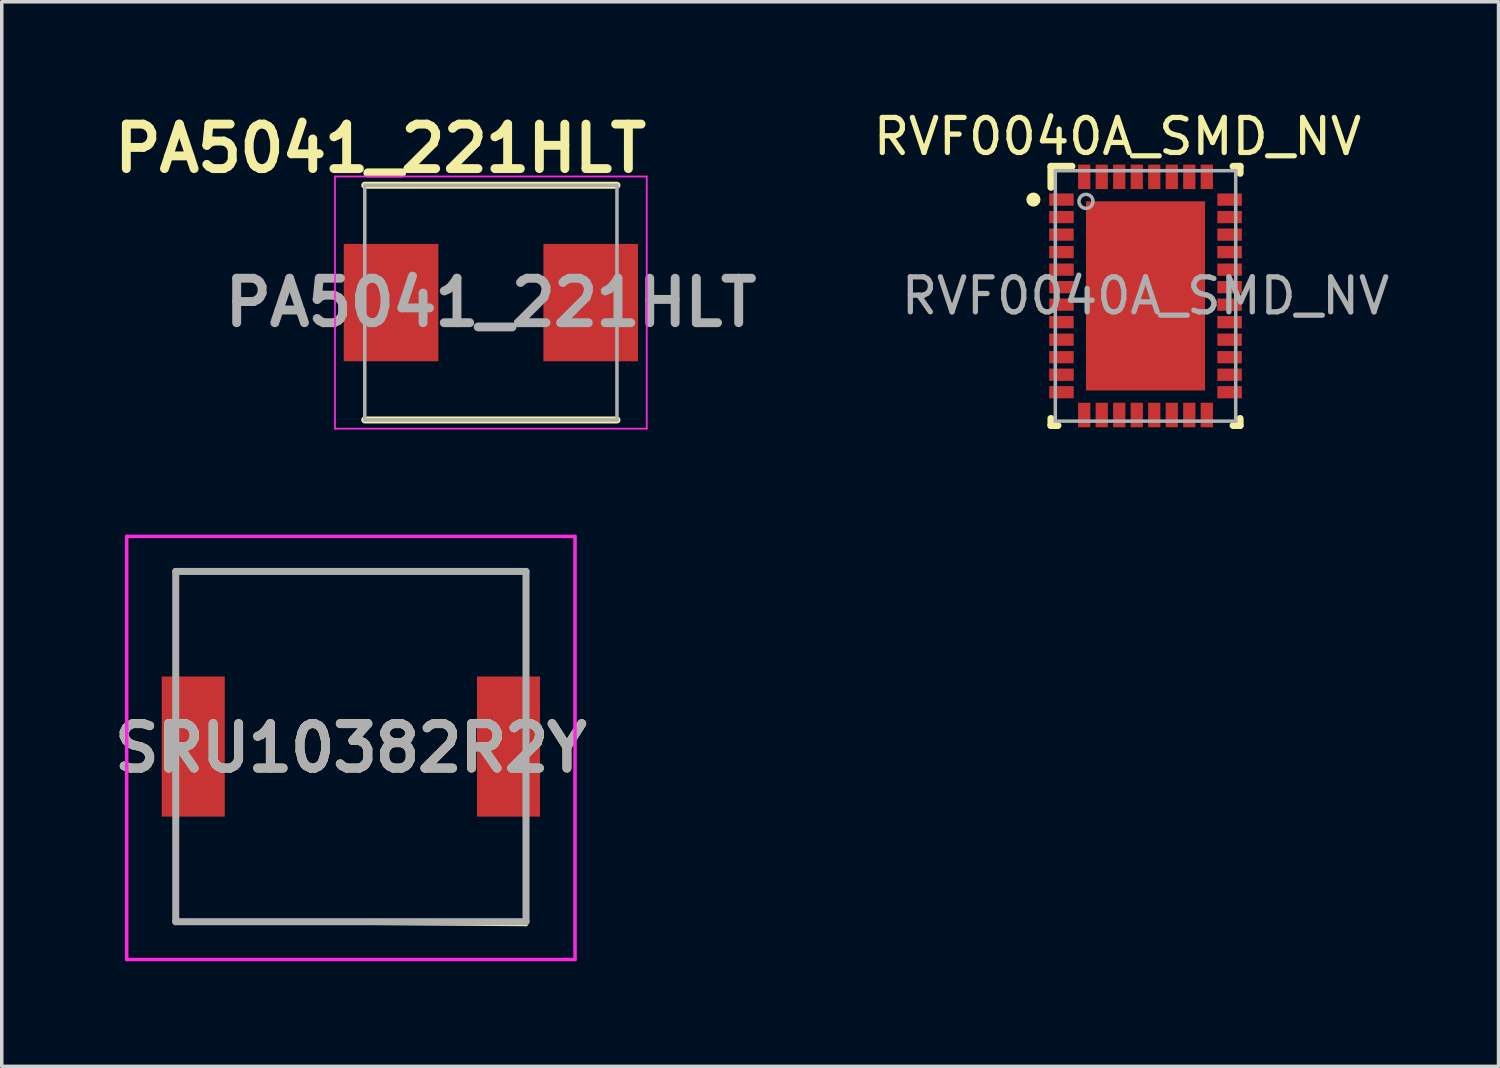
<source format=kicad_pcb>
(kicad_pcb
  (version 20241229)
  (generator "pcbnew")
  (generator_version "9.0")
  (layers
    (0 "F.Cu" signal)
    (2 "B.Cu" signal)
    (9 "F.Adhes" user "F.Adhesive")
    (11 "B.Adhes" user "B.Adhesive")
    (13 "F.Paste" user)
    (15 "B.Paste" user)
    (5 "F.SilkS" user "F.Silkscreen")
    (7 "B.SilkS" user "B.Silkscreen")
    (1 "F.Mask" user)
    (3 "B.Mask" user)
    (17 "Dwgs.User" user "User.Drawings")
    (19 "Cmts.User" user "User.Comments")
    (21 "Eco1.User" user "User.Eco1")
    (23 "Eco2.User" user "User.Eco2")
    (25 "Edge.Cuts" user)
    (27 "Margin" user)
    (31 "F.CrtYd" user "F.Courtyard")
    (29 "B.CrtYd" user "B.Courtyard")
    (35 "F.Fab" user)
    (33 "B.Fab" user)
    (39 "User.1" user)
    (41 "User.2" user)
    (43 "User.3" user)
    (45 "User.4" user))
  (footprint "PA5041_221HLT"
    (layer "F.Cu")
    (at 10.964 5.589)
    (property "Reference" "PA5041_221HLT" (at -3.15 -4.4 0) (layer "F.SilkS") (effects (font (size 1.27 1.27) (thickness 0.254))))
    (attr smd)
    (fp_line (start -3.6 3.35) (end 3.6 3.35) (stroke (width 0.2) (type solid)) (layer "F.SilkS"))
    (fp_line (start 3.6 -3.35) (end -3.6 -3.35) (stroke (width 0.2) (type solid)) (layer "F.SilkS"))
    (fp_line (start -4.45 -3.6) (end 4.45 -3.6) (stroke (width 0.05) (type solid)) (layer "F.CrtYd"))
    (fp_line (start -4.45 3.6) (end -4.45 -3.6) (stroke (width 0.05) (type solid)) (layer "F.CrtYd"))
    (fp_line (start 4.45 -3.6) (end 4.45 3.6) (stroke (width 0.05) (type solid)) (layer "F.CrtYd"))
    (fp_line (start 4.45 3.6) (end -4.45 3.6) (stroke (width 0.05) (type solid)) (layer "F.CrtYd"))
    (fp_line (start -3.6 -3.35) (end 3.6 -3.35) (stroke (width 0.1) (type solid)) (layer "F.Fab"))
    (fp_line (start -3.6 3.35) (end -3.6 -3.35) (stroke (width 0.1) (type solid)) (layer "F.Fab"))
    (fp_line (start 3.6 -3.35) (end 3.6 3.35) (stroke (width 0.1) (type solid)) (layer "F.Fab"))
    (fp_line (start 3.6 3.35) (end -3.6 3.35) (stroke (width 0.1) (type solid)) (layer "F.Fab"))
    (fp_text user "${REFERENCE}" (at 0 0 0) (layer "F.Fab") (effects (font (size 1.27 1.27) (thickness 0.254))))
    (pad "1" smd rect (at -2.85 0) (size 2.7 3.35) (layers "F.Cu" "F.Mask" "F.Paste"))
    (pad "2" smd rect (at 2.85 0) (size 2.7 3.35) (layers "F.Cu" "F.Mask" "F.Paste")))
  (footprint "SRU10382R2Y"
    (layer "F.Cu")
    (at 6.967 18.264)
    (property "Reference" "SRU10382R2Y" (at 0 0.04 0) (layer "F.SilkS") (effects (font (size 1.27 1.27) (thickness 0.254))))
    (attr smd)
    (fp_line (start -5 -5) (end 5 -5) (stroke (width 0.1) (type solid)) (layer "F.SilkS"))
    (fp_line (start -5 -2.54) (end -5 -5) (stroke (width 0.1) (type solid)) (layer "F.SilkS"))
    (fp_line (start -5 5) (end -5 2.54) (stroke (width 0.1) (type solid)) (layer "F.SilkS"))
    (fp_line (start 5 -5) (end 5 -2.54) (stroke (width 0.1) (type solid)) (layer "F.SilkS"))
    (fp_line (start 5 2.54) (end 5 5.08) (stroke (width 0.1) (type solid)) (layer "F.SilkS"))
    (fp_line (start 5 5.08) (end -5 5) (stroke (width 0.1) (type solid)) (layer "F.SilkS"))
    (fp_line (start -6.4 -6) (end 6.4 -6) (stroke (width 0.1) (type solid)) (layer "F.CrtYd"))
    (fp_line (start -6.4 6.08) (end -6.4 -6) (stroke (width 0.1) (type solid)) (layer "F.CrtYd"))
    (fp_line (start 6.4 -6) (end 6.4 6.08) (stroke (width 0.1) (type solid)) (layer "F.CrtYd"))
    (fp_line (start 6.4 6.08) (end -6.4 6.08) (stroke (width 0.1) (type solid)) (layer "F.CrtYd"))
    (fp_line (start -5 -5) (end 5 -5) (stroke (width 0.2) (type solid)) (layer "F.Fab"))
    (fp_line (start -5 5) (end -5 -5) (stroke (width 0.2) (type solid)) (layer "F.Fab"))
    (fp_line (start 5 -5) (end 5 5) (stroke (width 0.2) (type solid)) (layer "F.Fab"))
    (fp_line (start 5 5) (end -5 5) (stroke (width 0.2) (type solid)) (layer "F.Fab"))
    (fp_text user "${REFERENCE}" (at 0 0.04 0) (layer "F.Fab") (effects (font (size 1.27 1.27) (thickness 0.254))))
    (pad "1" smd rect (at -4.5 0) (size 1.8 4) (layers "F.Cu" "F.Mask" "F.Paste"))
    (pad "2" smd rect (at 4.5 0) (size 1.8 4) (layers "F.Cu" "F.Mask" "F.Paste")))
  (footprint "RVF0040A_SMD_NV"
    (layer "F.Cu")
    (at 29.654 5.398)
    (property "Reference" "RVF0040A_SMD_NV" (at -0.8 -4.55 0) (unlocked yes) (layer "F.SilkS") (effects (font (size 1 1) (thickness 0.15))))
    (attr smd)
    (fp_line (start -2.7 -3.7) (end -2.1 -3.7) (stroke (width 0.2) (type solid)) (layer "F.SilkS"))
    (fp_line (start -2.7 -3.1) (end -2.7 -3.7) (stroke (width 0.2) (type solid)) (layer "F.SilkS"))
    (fp_line (start -2.7 3.7) (end -2.7 3.5) (stroke (width 0.2) (type solid)) (layer "F.SilkS"))
    (fp_line (start -2.7 3.7) (end -2.5 3.7) (stroke (width 0.2) (type solid)) (layer "F.SilkS"))
    (fp_line (start 2.5 -3.7) (end 2.7 -3.7) (stroke (width 0.2) (type solid)) (layer "F.SilkS"))
    (fp_line (start 2.5 3.7) (end 2.7 3.7) (stroke (width 0.2) (type solid)) (layer "F.SilkS"))
    (fp_line (start 2.7 -3.5) (end 2.7 -3.7) (stroke (width 0.2) (type solid)) (layer "F.SilkS"))
    (fp_line (start 2.7 3.7) (end 2.7 3.5) (stroke (width 0.2) (type solid)) (layer "F.SilkS"))
    (fp_circle (center -3.2 -2.75) (end -3.05 -2.75) (stroke (width 0.1) (type solid)) (fill yes) (layer "F.SilkS"))
    (fp_poly (pts (xy -0.1 -2.411) (xy -0.1 -1.429) (xy -0.101 -1.419) (xy -0.104 -1.41) (xy -0.108 -1.402) (xy -0.114 -1.394) (xy -0.122 -1.388) (xy -0.13 -1.384) (xy -0.139 -1.381) (xy -0.149 -1.38) (xy -1.481 -1.38) (xy -1.491 -1.381) (xy -1.5 -1.384) (xy -1.508 -1.388) (xy -1.516 -1.394) (xy -1.522 -1.402) (xy -1.526 -1.41) (xy -1.529 -1.419) (xy -1.53 -1.429) (xy -1.53 -2.411) (xy -1.529 -2.421) (xy -1.526 -2.43) (xy -1.522 -2.438) (xy -1.516 -2.446) (xy -1.508 -2.452) (xy -1.5 -2.456) (xy -1.491 -2.459) (xy -1.481 -2.46) (xy -0.149 -2.46) (xy -0.139 -2.459) (xy -0.13 -2.456) (xy -0.122 -2.452) (xy -0.114 -2.446) (xy -0.108 -2.438) (xy -0.104 -2.43) (xy -0.101 -2.421)) (stroke (width 0) (type solid)) (fill yes) (layer "F.Paste"))
    (fp_poly (pts (xy -0.1 -1.131) (xy -0.1 -0.149) (xy -0.101 -0.139) (xy -0.104 -0.13) (xy -0.108 -0.122) (xy -0.114 -0.114) (xy -0.122 -0.108) (xy -0.13 -0.104) (xy -0.139 -0.101) (xy -0.149 -0.1) (xy -1.481 -0.1) (xy -1.491 -0.101) (xy -1.5 -0.104) (xy -1.508 -0.108) (xy -1.516 -0.114) (xy -1.522 -0.122) (xy -1.526 -0.13) (xy -1.529 -0.139) (xy -1.53 -0.149) (xy -1.53 -1.131) (xy -1.529 -1.141) (xy -1.526 -1.15) (xy -1.522 -1.158) (xy -1.516 -1.166) (xy -1.508 -1.172) (xy -1.5 -1.176) (xy -1.491 -1.179) (xy -1.481 -1.18) (xy -0.149 -1.18) (xy -0.139 -1.179) (xy -0.13 -1.176) (xy -0.122 -1.172) (xy -0.114 -1.166) (xy -0.108 -1.158) (xy -0.104 -1.15) (xy -0.101 -1.141)) (stroke (width 0) (type solid)) (fill yes) (layer "F.Paste"))
    (fp_poly (pts (xy -0.1 0.149) (xy -0.1 1.131) (xy -0.101 1.141) (xy -0.104 1.15) (xy -0.108 1.158) (xy -0.114 1.166) (xy -0.122 1.172) (xy -0.13 1.176) (xy -0.139 1.179) (xy -0.149 1.18) (xy -1.481 1.18) (xy -1.491 1.179) (xy -1.5 1.176) (xy -1.508 1.172) (xy -1.516 1.166) (xy -1.522 1.158) (xy -1.526 1.15) (xy -1.529 1.141) (xy -1.53 1.131) (xy -1.53 0.149) (xy -1.529 0.139) (xy -1.526 0.13) (xy -1.522 0.122) (xy -1.516 0.114) (xy -1.508 0.108) (xy -1.5 0.104) (xy -1.491 0.101) (xy -1.481 0.1) (xy -0.149 0.1) (xy -0.139 0.101) (xy -0.13 0.104) (xy -0.122 0.108) (xy -0.114 0.114) (xy -0.108 0.122) (xy -0.104 0.13) (xy -0.101 0.139)) (stroke (width 0) (type solid)) (fill yes) (layer "F.Paste"))
    (fp_poly (pts (xy -0.1 1.429) (xy -0.1 2.411) (xy -0.101 2.421) (xy -0.104 2.43) (xy -0.108 2.438) (xy -0.114 2.446) (xy -0.122 2.452) (xy -0.13 2.456) (xy -0.139 2.459) (xy -0.149 2.46) (xy -1.481 2.46) (xy -1.491 2.459) (xy -1.5 2.456) (xy -1.508 2.452) (xy -1.516 2.446) (xy -1.522 2.438) (xy -1.526 2.43) (xy -1.529 2.421) (xy -1.53 2.411) (xy -1.53 1.429) (xy -1.529 1.419) (xy -1.526 1.41) (xy -1.522 1.402) (xy -1.516 1.394) (xy -1.508 1.388) (xy -1.5 1.384) (xy -1.491 1.381) (xy -1.481 1.38) (xy -0.149 1.38) (xy -0.139 1.381) (xy -0.13 1.384) (xy -0.122 1.388) (xy -0.114 1.394) (xy -0.108 1.402) (xy -0.104 1.41) (xy -0.101 1.419)) (stroke (width 0) (type solid)) (fill yes) (layer "F.Paste"))
    (fp_poly (pts (xy 0.1 -1.429) (xy 0.1 -2.411) (xy 0.101 -2.421) (xy 0.104 -2.43) (xy 0.108 -2.438) (xy 0.114 -2.446) (xy 0.122 -2.452) (xy 0.13 -2.456) (xy 0.139 -2.459) (xy 0.149 -2.46) (xy 1.481 -2.46) (xy 1.491 -2.459) (xy 1.5 -2.456) (xy 1.508 -2.452) (xy 1.516 -2.446) (xy 1.522 -2.438) (xy 1.526 -2.43) (xy 1.529 -2.421) (xy 1.53 -2.411) (xy 1.53 -1.429) (xy 1.529 -1.419) (xy 1.526 -1.41) (xy 1.522 -1.402) (xy 1.516 -1.394) (xy 1.508 -1.388) (xy 1.5 -1.384) (xy 1.491 -1.381) (xy 1.481 -1.38) (xy 0.149 -1.38) (xy 0.139 -1.381) (xy 0.13 -1.384) (xy 0.122 -1.388) (xy 0.114 -1.394) (xy 0.108 -1.402) (xy 0.104 -1.41) (xy 0.101 -1.419)) (stroke (width 0) (type solid)) (fill yes) (layer "F.Paste"))
    (fp_poly (pts (xy 0.1 -0.149) (xy 0.1 -1.131) (xy 0.101 -1.141) (xy 0.104 -1.15) (xy 0.108 -1.158) (xy 0.114 -1.166) (xy 0.122 -1.172) (xy 0.13 -1.176) (xy 0.139 -1.179) (xy 0.149 -1.18) (xy 1.481 -1.18) (xy 1.491 -1.179) (xy 1.5 -1.176) (xy 1.508 -1.172) (xy 1.516 -1.166) (xy 1.522 -1.158) (xy 1.526 -1.15) (xy 1.529 -1.141) (xy 1.53 -1.131) (xy 1.53 -0.149) (xy 1.529 -0.139) (xy 1.526 -0.13) (xy 1.522 -0.122) (xy 1.516 -0.114) (xy 1.508 -0.108) (xy 1.5 -0.104) (xy 1.491 -0.101) (xy 1.481 -0.1) (xy 0.149 -0.1) (xy 0.139 -0.101) (xy 0.13 -0.104) (xy 0.122 -0.108) (xy 0.114 -0.114) (xy 0.108 -0.122) (xy 0.104 -0.13) (xy 0.101 -0.139)) (stroke (width 0) (type solid)) (fill yes) (layer "F.Paste"))
    (fp_poly (pts (xy 0.1 1.131) (xy 0.1 0.149) (xy 0.101 0.139) (xy 0.104 0.13) (xy 0.108 0.122) (xy 0.114 0.114) (xy 0.122 0.108) (xy 0.13 0.104) (xy 0.139 0.101) (xy 0.149 0.1) (xy 1.481 0.1) (xy 1.491 0.101) (xy 1.5 0.104) (xy 1.508 0.108) (xy 1.516 0.114) (xy 1.522 0.122) (xy 1.526 0.13) (xy 1.529 0.139) (xy 1.53 0.149) (xy 1.53 1.131) (xy 1.529 1.141) (xy 1.526 1.15) (xy 1.522 1.158) (xy 1.516 1.166) (xy 1.508 1.172) (xy 1.5 1.176) (xy 1.491 1.179) (xy 1.481 1.18) (xy 0.149 1.18) (xy 0.139 1.179) (xy 0.13 1.176) (xy 0.122 1.172) (xy 0.114 1.166) (xy 0.108 1.158) (xy 0.104 1.15) (xy 0.101 1.141)) (stroke (width 0) (type solid)) (fill yes) (layer "F.Paste"))
    (fp_poly (pts (xy 0.1 2.411) (xy 0.1 1.429) (xy 0.101 1.419) (xy 0.104 1.41) (xy 0.108 1.402) (xy 0.114 1.394) (xy 0.122 1.388) (xy 0.13 1.384) (xy 0.139 1.381) (xy 0.149 1.38) (xy 1.481 1.38) (xy 1.491 1.381) (xy 1.5 1.384) (xy 1.508 1.388) (xy 1.516 1.394) (xy 1.522 1.402) (xy 1.526 1.41) (xy 1.529 1.419) (xy 1.53 1.429) (xy 1.53 2.411) (xy 1.529 2.421) (xy 1.526 2.43) (xy 1.522 2.438) (xy 1.516 2.446) (xy 1.508 2.452) (xy 1.5 2.456) (xy 1.491 2.459) (xy 1.481 2.46) (xy 0.149 2.46) (xy 0.139 2.459) (xy 0.13 2.456) (xy 0.122 2.452) (xy 0.114 2.446) (xy 0.108 2.438) (xy 0.104 2.43) (xy 0.101 2.421)) (stroke (width 0) (type solid)) (fill yes) (layer "F.Paste"))
    (fp_line (start -2.575 -3.575) (end 2.575 -3.575) (stroke (width 0.1) (type solid)) (layer "F.Fab"))
    (fp_line (start -2.575 3.575) (end -2.575 -3.575) (stroke (width 0.1) (type solid)) (layer "F.Fab"))
    (fp_line (start -2.575 3.575) (end 2.575 3.575) (stroke (width 0.1) (type solid)) (layer "F.Fab"))
    (fp_line (start 2.575 3.575) (end 2.575 -3.575) (stroke (width 0.1) (type solid)) (layer "F.Fab"))
    (fp_circle (center -1.7 -2.7) (end -1.5 -2.7) (stroke (width 0.1) (type solid)) (fill no) (layer "F.Fab"))
    (fp_text user "${REFERENCE}" (at 0 0 0) (unlocked yes) (layer "F.Fab") (effects (font (size 1 1) (thickness 0.15))))
    (pad "1" smd rect (at -2.4 -2.75 90) (size 0.35 0.7) (layers "F.Cu" "F.Mask" "F.Paste"))
    (pad "2" smd rect (at -2.4 -2.25 90) (size 0.35 0.7) (layers "F.Cu" "F.Mask" "F.Paste"))
    (pad "3" smd rect (at -2.4 -1.75 90) (size 0.35 0.7) (layers "F.Cu" "F.Mask" "F.Paste"))
    (pad "4" smd rect (at -2.4 -1.25 90) (size 0.35 0.7) (layers "F.Cu" "F.Mask" "F.Paste"))
    (pad "5" smd rect (at -2.4 -0.75 90) (size 0.35 0.7) (layers "F.Cu" "F.Mask" "F.Paste"))
    (pad "6" smd rect (at -2.4 -0.25 90) (size 0.35 0.7) (layers "F.Cu" "F.Mask" "F.Paste"))
    (pad "7" smd rect (at -2.4 0.25 90) (size 0.35 0.7) (layers "F.Cu" "F.Mask" "F.Paste"))
    (pad "8" smd rect (at -2.4 0.75 90) (size 0.35 0.7) (layers "F.Cu" "F.Mask" "F.Paste"))
    (pad "9" smd rect (at -2.4 1.25 90) (size 0.35 0.7) (layers "F.Cu" "F.Mask" "F.Paste"))
    (pad "10" smd rect (at -2.4 1.75 90) (size 0.35 0.7) (layers "F.Cu" "F.Mask" "F.Paste"))
    (pad "11" smd rect (at -2.4 2.25 90) (size 0.35 0.7) (layers "F.Cu" "F.Mask" "F.Paste"))
    (pad "12" smd rect (at -2.4 2.75 90) (size 0.35 0.7) (layers "F.Cu" "F.Mask" "F.Paste"))
    (pad "13" smd rect (at -1.75 3.4) (size 0.35 0.7) (layers "F.Cu" "F.Mask" "F.Paste"))
    (pad "14" smd rect (at -1.25 3.4) (size 0.35 0.7) (layers "F.Cu" "F.Mask" "F.Paste"))
    (pad "15" smd rect (at -0.75 3.4) (size 0.35 0.7) (layers "F.Cu" "F.Mask" "F.Paste"))
    (pad "16" smd rect (at -0.25 3.4) (size 0.35 0.7) (layers "F.Cu" "F.Mask" "F.Paste"))
    (pad "17" smd rect (at 0.25 3.4) (size 0.35 0.7) (layers "F.Cu" "F.Mask" "F.Paste"))
    (pad "18" smd rect (at 0.75 3.4) (size 0.35 0.7) (layers "F.Cu" "F.Mask" "F.Paste"))
    (pad "19" smd rect (at 1.25 3.4) (size 0.35 0.7) (layers "F.Cu" "F.Mask" "F.Paste"))
    (pad "20" smd rect (at 1.75 3.4) (size 0.35 0.7) (layers "F.Cu" "F.Mask" "F.Paste"))
    (pad "21" smd rect (at 2.4 2.75 90) (size 0.35 0.7) (layers "F.Cu" "F.Mask" "F.Paste"))
    (pad "22" smd rect (at 2.4 2.25 90) (size 0.35 0.7) (layers "F.Cu" "F.Mask" "F.Paste"))
    (pad "23" smd rect (at 2.4 1.75 90) (size 0.35 0.7) (layers "F.Cu" "F.Mask" "F.Paste"))
    (pad "24" smd rect (at 2.4 1.25 90) (size 0.35 0.7) (layers "F.Cu" "F.Mask" "F.Paste"))
    (pad "25" smd rect (at 2.4 0.75 90) (size 0.35 0.7) (layers "F.Cu" "F.Mask" "F.Paste"))
    (pad "26" smd rect (at 2.4 0.25 90) (size 0.35 0.7) (layers "F.Cu" "F.Mask" "F.Paste"))
    (pad "27" smd rect (at 2.4 -0.25 90) (size 0.35 0.7) (layers "F.Cu" "F.Mask" "F.Paste"))
    (pad "28" smd rect (at 2.4 -0.75 90) (size 0.35 0.7) (layers "F.Cu" "F.Mask" "F.Paste"))
    (pad "29" smd rect (at 2.4 -1.25 90) (size 0.35 0.7) (layers "F.Cu" "F.Mask" "F.Paste"))
    (pad "30" smd rect (at 2.4 -1.75 90) (size 0.35 0.7) (layers "F.Cu" "F.Mask" "F.Paste"))
    (pad "31" smd rect (at 2.4 -2.25 90) (size 0.35 0.7) (layers "F.Cu" "F.Mask" "F.Paste"))
    (pad "32" smd rect (at 2.4 -2.75 90) (size 0.35 0.7) (layers "F.Cu" "F.Mask" "F.Paste"))
    (pad "33" smd rect (at 1.75 -3.4) (size 0.35 0.7) (layers "F.Cu" "F.Mask" "F.Paste"))
    (pad "34" smd rect (at 1.25 -3.4) (size 0.35 0.7) (layers "F.Cu" "F.Mask" "F.Paste"))
    (pad "35" smd rect (at 0.75 -3.4) (size 0.35 0.7) (layers "F.Cu" "F.Mask" "F.Paste"))
    (pad "36" smd rect (at 0.25 -3.4) (size 0.35 0.7) (layers "F.Cu" "F.Mask" "F.Paste"))
    (pad "37" smd rect (at -0.25 -3.4) (size 0.35 0.7) (layers "F.Cu" "F.Mask" "F.Paste"))
    (pad "38" smd rect (at -0.75 -3.4) (size 0.35 0.7) (layers "F.Cu" "F.Mask" "F.Paste"))
    (pad "39" smd rect (at -1.25 -3.4) (size 0.35 0.7) (layers "F.Cu" "F.Mask" "F.Paste"))
    (pad "40" smd rect (at -1.75 -3.4) (size 0.35 0.7) (layers "F.Cu" "F.Mask" "F.Paste"))
    (pad "41" smd rect (at 0 0) (size 3.4 5.4) (layers "F.Cu" "F.Mask")))
  (gr_rect
    (start -3 -3)
    (end 39.732 27.394)
    (stroke (width 0.1) (type default))
    (fill no)
    (layer "Edge.Cuts")))
</source>
